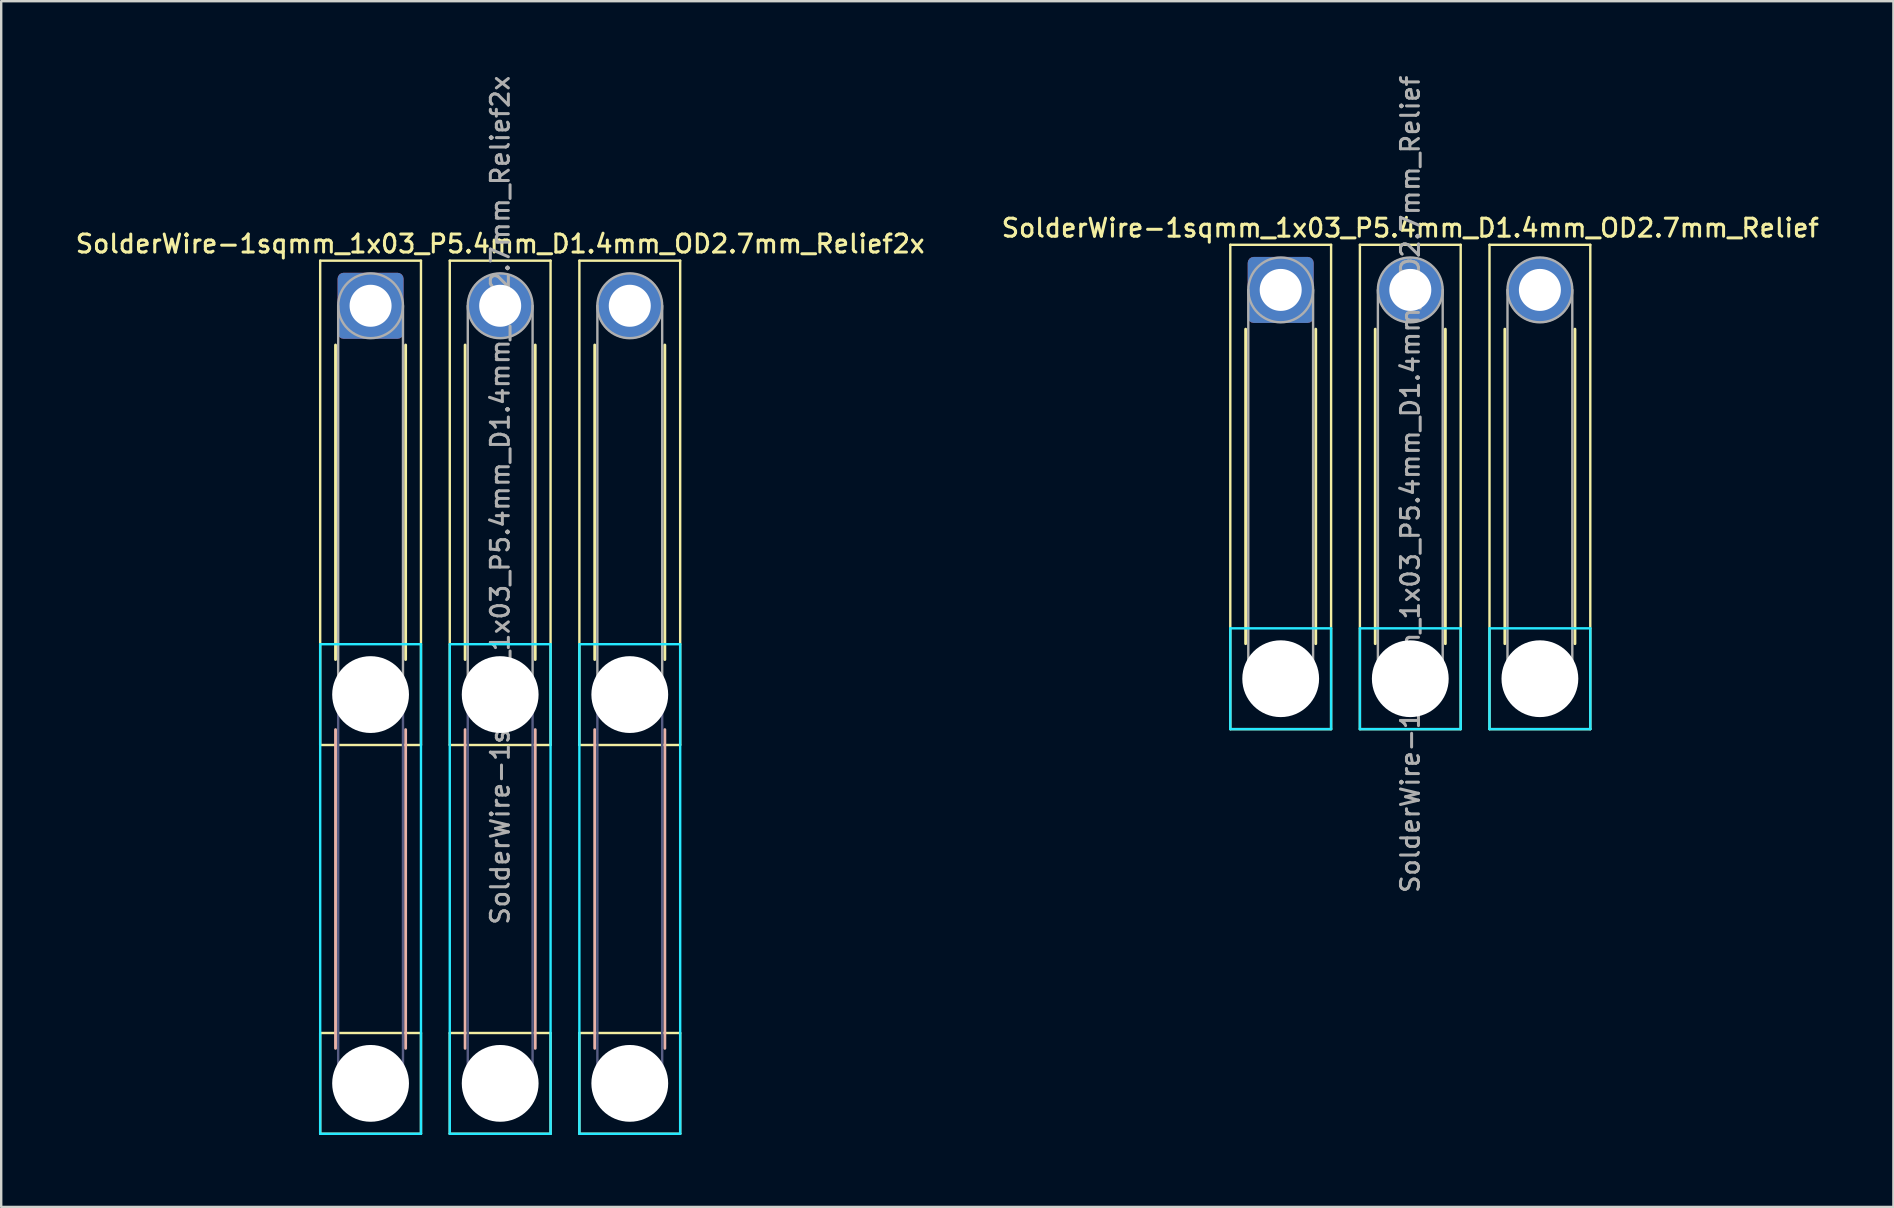
<source format=kicad_pcb>
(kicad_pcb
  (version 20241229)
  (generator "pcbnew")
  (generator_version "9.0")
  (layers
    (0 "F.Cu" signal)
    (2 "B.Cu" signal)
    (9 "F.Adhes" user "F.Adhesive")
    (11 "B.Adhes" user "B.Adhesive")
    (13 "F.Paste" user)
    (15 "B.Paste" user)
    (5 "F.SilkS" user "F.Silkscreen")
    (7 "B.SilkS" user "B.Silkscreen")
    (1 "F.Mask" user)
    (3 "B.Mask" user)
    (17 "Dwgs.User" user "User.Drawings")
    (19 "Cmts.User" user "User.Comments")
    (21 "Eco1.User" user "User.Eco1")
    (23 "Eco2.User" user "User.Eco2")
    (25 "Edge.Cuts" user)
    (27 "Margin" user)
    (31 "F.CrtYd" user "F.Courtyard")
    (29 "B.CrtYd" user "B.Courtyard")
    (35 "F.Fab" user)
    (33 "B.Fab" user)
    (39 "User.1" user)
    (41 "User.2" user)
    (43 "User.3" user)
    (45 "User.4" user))
  (footprint "SolderWire-1sqmm_1x03_P5.4mm_D1.4mm_OD2.7mm_Relief"
    (layer "F.Cu")
    (at 50.313 9.03)
    (property "Reference" "SolderWire-1sqmm_1x03_P5.4mm_D1.4mm_OD2.7mm_Relief" (at 5.4 -2.58 0) (layer "F.SilkS") (effects (font (size 0.75 0.75) (thickness 0.125))))
    (attr exclude_from_pos_files exclude_from_bom)
    (fp_line (start -2.1 -1.88) (end -2.1 18.3) (stroke (width 0.1) (type solid)) (layer "F.SilkS"))
    (fp_line (start -2.1 18.3) (end 2.1 18.3) (stroke (width 0.1) (type solid)) (layer "F.SilkS"))
    (fp_line (start -1.46 1.635) (end -1.46 14.74) (stroke (width 0.12) (type solid)) (layer "F.SilkS"))
    (fp_line (start 1.46 1.635) (end 1.46 14.74) (stroke (width 0.12) (type solid)) (layer "F.SilkS"))
    (fp_line (start 2.1 -1.88) (end -2.1 -1.88) (stroke (width 0.1) (type solid)) (layer "F.SilkS"))
    (fp_line (start 2.1 18.3) (end 2.1 -1.88) (stroke (width 0.1) (type solid)) (layer "F.SilkS"))
    (fp_line (start 3.3 -1.88) (end 3.3 18.3) (stroke (width 0.1) (type solid)) (layer "F.SilkS"))
    (fp_line (start 3.3 18.3) (end 7.5 18.3) (stroke (width 0.1) (type solid)) (layer "F.SilkS"))
    (fp_line (start 3.94 1.635) (end 3.94 14.74) (stroke (width 0.12) (type solid)) (layer "F.SilkS"))
    (fp_line (start 6.86 1.635) (end 6.86 14.74) (stroke (width 0.12) (type solid)) (layer "F.SilkS"))
    (fp_line (start 7.5 -1.88) (end 3.3 -1.88) (stroke (width 0.1) (type solid)) (layer "F.SilkS"))
    (fp_line (start 7.5 18.3) (end 7.5 -1.88) (stroke (width 0.1) (type solid)) (layer "F.SilkS"))
    (fp_line (start 8.7 -1.88) (end 8.7 18.3) (stroke (width 0.1) (type solid)) (layer "F.SilkS"))
    (fp_line (start 8.7 18.3) (end 12.9 18.3) (stroke (width 0.1) (type solid)) (layer "F.SilkS"))
    (fp_line (start 9.34 1.635) (end 9.34 14.74) (stroke (width 0.12) (type solid)) (layer "F.SilkS"))
    (fp_line (start 12.26 1.635) (end 12.26 14.74) (stroke (width 0.12) (type solid)) (layer "F.SilkS"))
    (fp_line (start 12.9 -1.88) (end 8.7 -1.88) (stroke (width 0.1) (type solid)) (layer "F.SilkS"))
    (fp_line (start 12.9 18.3) (end 12.9 -1.88) (stroke (width 0.1) (type solid)) (layer "F.SilkS"))
    (fp_line (start -2.1 14.1) (end -2.1 18.3) (stroke (width 0.1) (type solid)) (layer "B.CrtYd"))
    (fp_line (start -2.1 18.3) (end 2.1 18.3) (stroke (width 0.1) (type solid)) (layer "B.CrtYd"))
    (fp_line (start 2.1 14.1) (end -2.1 14.1) (stroke (width 0.1) (type solid)) (layer "B.CrtYd"))
    (fp_line (start 2.1 18.3) (end 2.1 14.1) (stroke (width 0.1) (type solid)) (layer "B.CrtYd"))
    (fp_line (start 3.3 14.1) (end 3.3 18.3) (stroke (width 0.1) (type solid)) (layer "B.CrtYd"))
    (fp_line (start 3.3 18.3) (end 7.5 18.3) (stroke (width 0.1) (type solid)) (layer "B.CrtYd"))
    (fp_line (start 7.5 14.1) (end 3.3 14.1) (stroke (width 0.1) (type solid)) (layer "B.CrtYd"))
    (fp_line (start 7.5 18.3) (end 7.5 14.1) (stroke (width 0.1) (type solid)) (layer "B.CrtYd"))
    (fp_line (start 8.7 14.1) (end 8.7 18.3) (stroke (width 0.1) (type solid)) (layer "B.CrtYd"))
    (fp_line (start 8.7 18.3) (end 12.9 18.3) (stroke (width 0.1) (type solid)) (layer "B.CrtYd"))
    (fp_line (start 12.9 14.1) (end 8.7 14.1) (stroke (width 0.1) (type solid)) (layer "B.CrtYd"))
    (fp_line (start 12.9 18.3) (end 12.9 14.1) (stroke (width 0.1) (type solid)) (layer "B.CrtYd"))
    (fp_line (start -1.35 0) (end -1.35 16.2) (stroke (width 0.1) (type solid)) (layer "F.Fab"))
    (fp_line (start 1.35 0) (end 1.35 16.2) (stroke (width 0.1) (type solid)) (layer "F.Fab"))
    (fp_line (start 4.05 0) (end 4.05 16.2) (stroke (width 0.1) (type solid)) (layer "F.Fab"))
    (fp_line (start 6.75 0) (end 6.75 16.2) (stroke (width 0.1) (type solid)) (layer "F.Fab"))
    (fp_line (start 9.45 0) (end 9.45 16.2) (stroke (width 0.1) (type solid)) (layer "F.Fab"))
    (fp_line (start 12.15 0) (end 12.15 16.2) (stroke (width 0.1) (type solid)) (layer "F.Fab"))
    (fp_circle (center 0 0) (end 1.35 0) (stroke (width 0.1) (type solid)) (fill no) (layer "F.Fab"))
    (fp_circle (center 0 16.2) (end 1.35 16.2) (stroke (width 0.1) (type solid)) (fill no) (layer "F.Fab"))
    (fp_circle (center 5.4 0) (end 6.75 0) (stroke (width 0.1) (type solid)) (fill no) (layer "F.Fab"))
    (fp_circle (center 5.4 16.2) (end 6.75 16.2) (stroke (width 0.1) (type solid)) (fill no) (layer "F.Fab"))
    (fp_circle (center 10.8 0) (end 12.15 0) (stroke (width 0.1) (type solid)) (fill no) (layer "F.Fab"))
    (fp_circle (center 10.8 16.2) (end 12.15 16.2) (stroke (width 0.1) (type solid)) (fill no) (layer "F.Fab"))
    (fp_text user "${REFERENCE}" (at 5.4 8.1 90) (layer "F.Fab") (effects (font (size 0.75 0.75) (thickness 0.125))))
    (pad "" np_thru_hole circle (at 0 16.2) (size 3.2 3.2) (drill 3.2) (layers "*.Cu" "*.Mask"))
    (pad "" np_thru_hole circle (at 5.4 16.2) (size 3.2 3.2) (drill 3.2) (layers "*.Cu" "*.Mask"))
    (pad "" np_thru_hole circle (at 10.8 16.2) (size 3.2 3.2) (drill 3.2) (layers "*.Cu" "*.Mask"))
    (pad "1" thru_hole roundrect (at 0 0) (size 2.75 2.75) (drill 1.75) (layers "*.Cu" "*.Mask") (roundrect_rratio 0.091))
    (pad "2" thru_hole circle (at 5.4 0) (size 2.75 2.75) (drill 1.75) (layers "*.Cu" "*.Mask"))
    (pad "3" thru_hole circle (at 10.8 0) (size 2.75 2.75) (drill 1.75) (layers "*.Cu" "*.Mask")))
  (footprint "SolderWire-1sqmm_1x03_P5.4mm_D1.4mm_OD2.7mm_Relief2x"
    (layer "F.Cu")
    (at 12.391 9.691)
    (property "Reference" "SolderWire-1sqmm_1x03_P5.4mm_D1.4mm_OD2.7mm_Relief2x" (at 5.4 -2.58 0) (layer "F.SilkS") (effects (font (size 0.75 0.75) (thickness 0.125))))
    (attr exclude_from_pos_files exclude_from_bom)
    (fp_line (start -2.1 -1.88) (end -2.1 18.3) (stroke (width 0.1) (type solid)) (layer "F.SilkS"))
    (fp_line (start -2.1 18.3) (end 2.1 18.3) (stroke (width 0.1) (type solid)) (layer "F.SilkS"))
    (fp_line (start -2.1 30.3) (end -2.1 34.5) (stroke (width 0.1) (type solid)) (layer "F.SilkS"))
    (fp_line (start -2.1 34.5) (end 2.1 34.5) (stroke (width 0.1) (type solid)) (layer "F.SilkS"))
    (fp_line (start -1.46 1.635) (end -1.46 14.74) (stroke (width 0.12) (type solid)) (layer "F.SilkS"))
    (fp_line (start 1.46 1.635) (end 1.46 14.74) (stroke (width 0.12) (type solid)) (layer "F.SilkS"))
    (fp_line (start 2.1 -1.88) (end -2.1 -1.88) (stroke (width 0.1) (type solid)) (layer "F.SilkS"))
    (fp_line (start 2.1 18.3) (end 2.1 -1.88) (stroke (width 0.1) (type solid)) (layer "F.SilkS"))
    (fp_line (start 2.1 30.3) (end -2.1 30.3) (stroke (width 0.1) (type solid)) (layer "F.SilkS"))
    (fp_line (start 2.1 34.5) (end 2.1 30.3) (stroke (width 0.1) (type solid)) (layer "F.SilkS"))
    (fp_line (start 3.3 -1.88) (end 3.3 18.3) (stroke (width 0.1) (type solid)) (layer "F.SilkS"))
    (fp_line (start 3.3 18.3) (end 7.5 18.3) (stroke (width 0.1) (type solid)) (layer "F.SilkS"))
    (fp_line (start 3.3 30.3) (end 3.3 34.5) (stroke (width 0.1) (type solid)) (layer "F.SilkS"))
    (fp_line (start 3.3 34.5) (end 7.5 34.5) (stroke (width 0.1) (type solid)) (layer "F.SilkS"))
    (fp_line (start 3.94 1.635) (end 3.94 14.74) (stroke (width 0.12) (type solid)) (layer "F.SilkS"))
    (fp_line (start 6.86 1.635) (end 6.86 14.74) (stroke (width 0.12) (type solid)) (layer "F.SilkS"))
    (fp_line (start 7.5 -1.88) (end 3.3 -1.88) (stroke (width 0.1) (type solid)) (layer "F.SilkS"))
    (fp_line (start 7.5 18.3) (end 7.5 -1.88) (stroke (width 0.1) (type solid)) (layer "F.SilkS"))
    (fp_line (start 7.5 30.3) (end 3.3 30.3) (stroke (width 0.1) (type solid)) (layer "F.SilkS"))
    (fp_line (start 7.5 34.5) (end 7.5 30.3) (stroke (width 0.1) (type solid)) (layer "F.SilkS"))
    (fp_line (start 8.7 -1.88) (end 8.7 18.3) (stroke (width 0.1) (type solid)) (layer "F.SilkS"))
    (fp_line (start 8.7 18.3) (end 12.9 18.3) (stroke (width 0.1) (type solid)) (layer "F.SilkS"))
    (fp_line (start 8.7 30.3) (end 8.7 34.5) (stroke (width 0.1) (type solid)) (layer "F.SilkS"))
    (fp_line (start 8.7 34.5) (end 12.9 34.5) (stroke (width 0.1) (type solid)) (layer "F.SilkS"))
    (fp_line (start 9.34 1.635) (end 9.34 14.74) (stroke (width 0.12) (type solid)) (layer "F.SilkS"))
    (fp_line (start 12.26 1.635) (end 12.26 14.74) (stroke (width 0.12) (type solid)) (layer "F.SilkS"))
    (fp_line (start 12.9 -1.88) (end 8.7 -1.88) (stroke (width 0.1) (type solid)) (layer "F.SilkS"))
    (fp_line (start 12.9 18.3) (end 12.9 -1.88) (stroke (width 0.1) (type solid)) (layer "F.SilkS"))
    (fp_line (start 12.9 30.3) (end 8.7 30.3) (stroke (width 0.1) (type solid)) (layer "F.SilkS"))
    (fp_line (start 12.9 34.5) (end 12.9 30.3) (stroke (width 0.1) (type solid)) (layer "F.SilkS"))
    (fp_line (start -1.46 17.66) (end -1.46 30.94) (stroke (width 0.12) (type solid)) (layer "B.SilkS"))
    (fp_line (start 1.46 17.66) (end 1.46 30.94) (stroke (width 0.12) (type solid)) (layer "B.SilkS"))
    (fp_line (start 3.94 17.66) (end 3.94 30.94) (stroke (width 0.12) (type solid)) (layer "B.SilkS"))
    (fp_line (start 6.86 17.66) (end 6.86 30.94) (stroke (width 0.12) (type solid)) (layer "B.SilkS"))
    (fp_line (start 9.34 17.66) (end 9.34 30.94) (stroke (width 0.12) (type solid)) (layer "B.SilkS"))
    (fp_line (start 12.26 17.66) (end 12.26 30.94) (stroke (width 0.12) (type solid)) (layer "B.SilkS"))
    (fp_line (start -2.1 14.1) (end -2.1 34.5) (stroke (width 0.1) (type solid)) (layer "B.CrtYd"))
    (fp_line (start -2.1 34.5) (end 2.1 34.5) (stroke (width 0.1) (type solid)) (layer "B.CrtYd"))
    (fp_line (start 2.1 14.1) (end -2.1 14.1) (stroke (width 0.1) (type solid)) (layer "B.CrtYd"))
    (fp_line (start 2.1 34.5) (end 2.1 14.1) (stroke (width 0.1) (type solid)) (layer "B.CrtYd"))
    (fp_line (start 3.3 14.1) (end 3.3 34.5) (stroke (width 0.1) (type solid)) (layer "B.CrtYd"))
    (fp_line (start 3.3 34.5) (end 7.5 34.5) (stroke (width 0.1) (type solid)) (layer "B.CrtYd"))
    (fp_line (start 7.5 14.1) (end 3.3 14.1) (stroke (width 0.1) (type solid)) (layer "B.CrtYd"))
    (fp_line (start 7.5 34.5) (end 7.5 14.1) (stroke (width 0.1) (type solid)) (layer "B.CrtYd"))
    (fp_line (start 8.7 14.1) (end 8.7 34.5) (stroke (width 0.1) (type solid)) (layer "B.CrtYd"))
    (fp_line (start 8.7 34.5) (end 12.9 34.5) (stroke (width 0.1) (type solid)) (layer "B.CrtYd"))
    (fp_line (start 12.9 14.1) (end 8.7 14.1) (stroke (width 0.1) (type solid)) (layer "B.CrtYd"))
    (fp_line (start 12.9 34.5) (end 12.9 14.1) (stroke (width 0.1) (type solid)) (layer "B.CrtYd"))
    (fp_line (start -1.35 16.2) (end -1.35 32.4) (stroke (width 0.1) (type solid)) (layer "B.Fab"))
    (fp_line (start 1.35 16.2) (end 1.35 32.4) (stroke (width 0.1) (type solid)) (layer "B.Fab"))
    (fp_line (start 4.05 16.2) (end 4.05 32.4) (stroke (width 0.1) (type solid)) (layer "B.Fab"))
    (fp_line (start 6.75 16.2) (end 6.75 32.4) (stroke (width 0.1) (type solid)) (layer "B.Fab"))
    (fp_line (start 9.45 16.2) (end 9.45 32.4) (stroke (width 0.1) (type solid)) (layer "B.Fab"))
    (fp_line (start 12.15 16.2) (end 12.15 32.4) (stroke (width 0.1) (type solid)) (layer "B.Fab"))
    (fp_circle (center 0 16.2) (end 1.35 16.2) (stroke (width 0.1) (type solid)) (fill no) (layer "B.Fab"))
    (fp_circle (center 0 32.4) (end 1.35 32.4) (stroke (width 0.1) (type solid)) (fill no) (layer "B.Fab"))
    (fp_circle (center 5.4 16.2) (end 6.75 16.2) (stroke (width 0.1) (type solid)) (fill no) (layer "B.Fab"))
    (fp_circle (center 5.4 32.4) (end 6.75 32.4) (stroke (width 0.1) (type solid)) (fill no) (layer "B.Fab"))
    (fp_circle (center 10.8 16.2) (end 12.15 16.2) (stroke (width 0.1) (type solid)) (fill no) (layer "B.Fab"))
    (fp_circle (center 10.8 32.4) (end 12.15 32.4) (stroke (width 0.1) (type solid)) (fill no) (layer "B.Fab"))
    (fp_line (start -1.35 0) (end -1.35 16.2) (stroke (width 0.1) (type solid)) (layer "F.Fab"))
    (fp_line (start 1.35 0) (end 1.35 16.2) (stroke (width 0.1) (type solid)) (layer "F.Fab"))
    (fp_line (start 4.05 0) (end 4.05 16.2) (stroke (width 0.1) (type solid)) (layer "F.Fab"))
    (fp_line (start 6.75 0) (end 6.75 16.2) (stroke (width 0.1) (type solid)) (layer "F.Fab"))
    (fp_line (start 9.45 0) (end 9.45 16.2) (stroke (width 0.1) (type solid)) (layer "F.Fab"))
    (fp_line (start 12.15 0) (end 12.15 16.2) (stroke (width 0.1) (type solid)) (layer "F.Fab"))
    (fp_circle (center 0 0) (end 1.35 0) (stroke (width 0.1) (type solid)) (fill no) (layer "F.Fab"))
    (fp_circle (center 0 16.2) (end 1.35 16.2) (stroke (width 0.1) (type solid)) (fill no) (layer "F.Fab"))
    (fp_circle (center 0 32.4) (end 1.35 32.4) (stroke (width 0.1) (type solid)) (fill no) (layer "F.Fab"))
    (fp_circle (center 5.4 0) (end 6.75 0) (stroke (width 0.1) (type solid)) (fill no) (layer "F.Fab"))
    (fp_circle (center 5.4 16.2) (end 6.75 16.2) (stroke (width 0.1) (type solid)) (fill no) (layer "F.Fab"))
    (fp_circle (center 5.4 32.4) (end 6.75 32.4) (stroke (width 0.1) (type solid)) (fill no) (layer "F.Fab"))
    (fp_circle (center 10.8 0) (end 12.15 0) (stroke (width 0.1) (type solid)) (fill no) (layer "F.Fab"))
    (fp_circle (center 10.8 16.2) (end 12.15 16.2) (stroke (width 0.1) (type solid)) (fill no) (layer "F.Fab"))
    (fp_circle (center 10.8 32.4) (end 12.15 32.4) (stroke (width 0.1) (type solid)) (fill no) (layer "F.Fab"))
    (fp_text user "${REFERENCE}" (at 5.4 8.1 90) (layer "F.Fab") (effects (font (size 0.75 0.75) (thickness 0.125))))
    (pad "" np_thru_hole circle (at 0 16.2) (size 3.2 3.2) (drill 3.2) (layers "*.Cu" "*.Mask"))
    (pad "" np_thru_hole circle (at 0 32.4) (size 3.2 3.2) (drill 3.2) (layers "*.Cu" "*.Mask"))
    (pad "" np_thru_hole circle (at 5.4 16.2) (size 3.2 3.2) (drill 3.2) (layers "*.Cu" "*.Mask"))
    (pad "" np_thru_hole circle (at 5.4 32.4) (size 3.2 3.2) (drill 3.2) (layers "*.Cu" "*.Mask"))
    (pad "" np_thru_hole circle (at 10.8 16.2) (size 3.2 3.2) (drill 3.2) (layers "*.Cu" "*.Mask"))
    (pad "" np_thru_hole circle (at 10.8 32.4) (size 3.2 3.2) (drill 3.2) (layers "*.Cu" "*.Mask"))
    (pad "1" thru_hole roundrect (at 0 0) (size 2.75 2.75) (drill 1.75) (layers "*.Cu" "*.Mask") (roundrect_rratio 0.091))
    (pad "2" thru_hole circle (at 5.4 0) (size 2.75 2.75) (drill 1.75) (layers "*.Cu" "*.Mask"))
    (pad "3" thru_hole circle (at 10.8 0) (size 2.75 2.75) (drill 1.75) (layers "*.Cu" "*.Mask")))
  (gr_rect
    (start -3 -3)
    (end 75.843 47.241)
    (stroke (width 0.1) (type default))
    (fill no)
    (layer "Edge.Cuts")))
</source>
